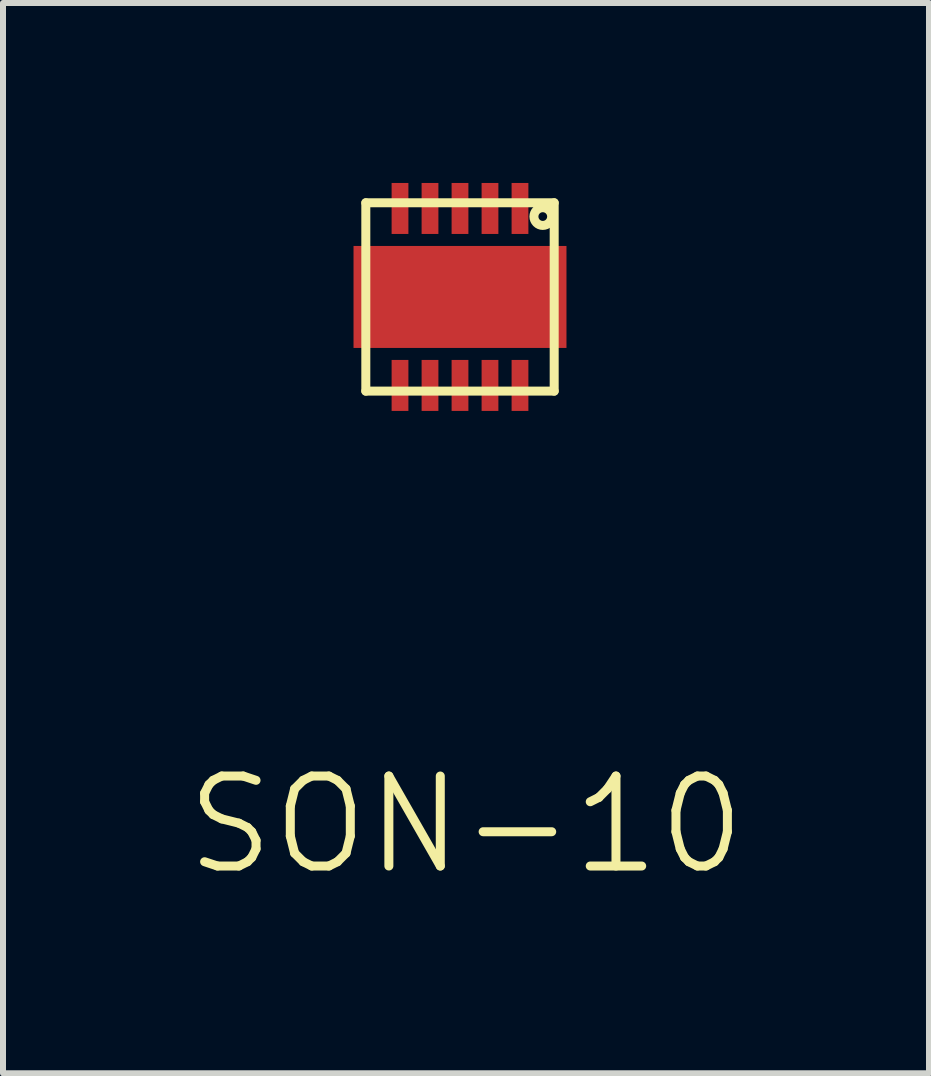
<source format=kicad_pcb>
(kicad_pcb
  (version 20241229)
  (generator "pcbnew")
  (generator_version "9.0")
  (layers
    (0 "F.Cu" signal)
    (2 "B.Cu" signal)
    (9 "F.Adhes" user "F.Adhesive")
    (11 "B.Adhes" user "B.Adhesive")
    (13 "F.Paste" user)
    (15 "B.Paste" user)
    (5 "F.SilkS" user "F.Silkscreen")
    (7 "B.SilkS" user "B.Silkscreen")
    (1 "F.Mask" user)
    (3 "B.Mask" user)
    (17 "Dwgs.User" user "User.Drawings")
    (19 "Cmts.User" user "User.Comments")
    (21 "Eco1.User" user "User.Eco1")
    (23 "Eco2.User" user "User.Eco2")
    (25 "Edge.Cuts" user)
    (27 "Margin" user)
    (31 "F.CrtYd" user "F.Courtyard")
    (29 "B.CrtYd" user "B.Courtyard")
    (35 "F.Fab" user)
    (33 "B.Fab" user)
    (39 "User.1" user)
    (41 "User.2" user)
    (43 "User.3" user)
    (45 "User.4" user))
  (footprint "SON-10"
    (layer "F.Cu")
    (at 4.718 1.9)
    (property "Reference" "SON-10" (at 0 8.8 0) (layer "F.SilkS") (effects (font (size 1.5 1.5) (thickness 0.15))))
    (attr through_hole)
    (fp_line (start -1.67 -1.57) (end -1.67 1.57) (stroke (width 0.15) (type solid)) (layer "F.SilkS"))
    (fp_line (start -1.67 1.57) (end 1.47 1.57) (stroke (width 0.15) (type solid)) (layer "F.SilkS"))
    (fp_line (start 1.47 -1.57) (end -1.67 -1.57) (stroke (width 0.15) (type solid)) (layer "F.SilkS"))
    (fp_line (start 1.47 1.57) (end 1.47 -1.57) (stroke (width 0.15) (type solid)) (layer "F.SilkS"))
    (fp_circle (center 1.28 -1.34) (end 1.3 -1.41) (stroke (width 0.15) (type solid)) (fill no) (layer "F.SilkS"))
    (pad "1" smd rect (at 0.9 -1.475 180) (size 0.28 0.85) (layers "F.Cu" "F.Mask" "F.Paste"))
    (pad "2" smd rect (at 0.4 -1.475 180) (size 0.28 0.85) (layers "F.Cu" "F.Mask" "F.Paste"))
    (pad "3" smd rect (at -0.1 -1.475 180) (size 0.28 0.85) (layers "F.Cu" "F.Mask" "F.Paste"))
    (pad "4" smd rect (at -0.6 -1.475 180) (size 0.28 0.85) (layers "F.Cu" "F.Mask" "F.Paste"))
    (pad "5" smd rect (at -1.1 -1.475 180) (size 0.28 0.85) (layers "F.Cu" "F.Mask" "F.Paste"))
    (pad "6" smd rect (at -0.6 1.475 180) (size 0.28 0.85) (layers "F.Cu" "F.Mask" "F.Paste"))
    (pad "7" smd rect (at -1.1 1.475 180) (size 0.28 0.85) (layers "F.Cu" "F.Mask" "F.Paste"))
    (pad "8" smd rect (at -0.1 1.475 180) (size 0.28 0.85) (layers "F.Cu" "F.Mask" "F.Paste"))
    (pad "9" smd rect (at 0.4 1.475 180) (size 0.28 0.85) (layers "F.Cu" "F.Mask" "F.Paste"))
    (pad "10" smd rect (at 0.9 1.475 180) (size 0.28 0.85) (layers "F.Cu" "F.Mask" "F.Paste"))
    (pad "11" smd rect (at -0.1 0 180) (size 3.55 1.7) (layers "F.Cu" "F.Mask" "F.Paste")))
  (gr_rect
    (start -3 -3)
    (end 12.436 14.841)
    (stroke (width 0.1) (type default))
    (fill no)
    (layer "Edge.Cuts")))
</source>
